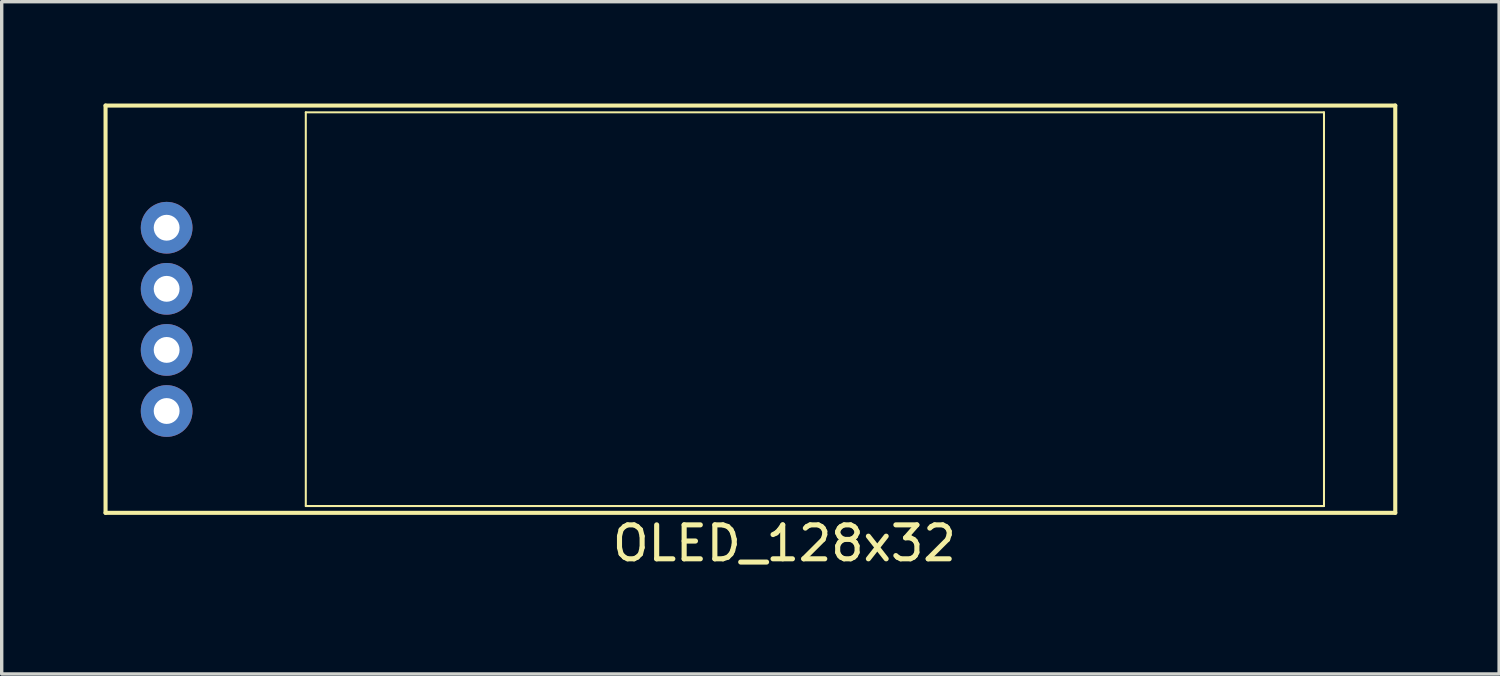
<source format=kicad_pcb>
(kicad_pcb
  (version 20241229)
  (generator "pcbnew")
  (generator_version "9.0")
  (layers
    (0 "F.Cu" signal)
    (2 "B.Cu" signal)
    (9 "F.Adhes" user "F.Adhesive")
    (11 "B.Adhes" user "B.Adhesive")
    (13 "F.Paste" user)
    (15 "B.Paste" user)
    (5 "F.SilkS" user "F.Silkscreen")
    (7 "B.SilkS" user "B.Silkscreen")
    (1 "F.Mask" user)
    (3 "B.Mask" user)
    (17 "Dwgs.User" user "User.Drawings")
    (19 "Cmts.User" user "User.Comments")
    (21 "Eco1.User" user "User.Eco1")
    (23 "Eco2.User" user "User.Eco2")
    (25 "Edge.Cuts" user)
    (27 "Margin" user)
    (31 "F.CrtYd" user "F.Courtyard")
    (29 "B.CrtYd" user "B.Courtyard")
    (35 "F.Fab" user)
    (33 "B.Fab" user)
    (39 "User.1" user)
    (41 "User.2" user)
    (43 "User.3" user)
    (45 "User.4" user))
  (footprint "OLED_128x32"
    (layer "F.Cu")
    (at 19.66 6.46)
    (property "Reference" "OLED_128x32" (at 0.4 6.5 0) (layer "F.SilkS") (effects (font (size 1 1) (thickness 0.15))))
    (attr through_hole)
    (fp_line (start -19.6 -6.4) (end -19.6 5.6) (stroke (width 0.12) (type solid)) (layer "F.SilkS"))
    (fp_line (start -19.6 5.6) (end 18.4 5.6) (stroke (width 0.12) (type solid)) (layer "F.SilkS"))
    (fp_line (start -13.7 -6.2) (end -13.7 5.4) (stroke (width 0.06) (type solid)) (layer "F.SilkS"))
    (fp_line (start -13.7 5.4) (end 16.3 5.4) (stroke (width 0.06) (type solid)) (layer "F.SilkS"))
    (fp_line (start 16.3 -6.2) (end -13.7 -6.2) (stroke (width 0.06) (type solid)) (layer "F.SilkS"))
    (fp_line (start 16.3 5.4) (end 16.3 -6.2) (stroke (width 0.06) (type solid)) (layer "F.SilkS"))
    (fp_line (start 18.4 -6.4) (end -19.6 -6.4) (stroke (width 0.12) (type solid)) (layer "F.SilkS"))
    (fp_line (start 18.4 5.6) (end 18.4 -6.4) (stroke (width 0.12) (type solid)) (layer "F.SilkS"))
    (pad "1" thru_hole circle (at -17.8 2.6) (size 1.524 1.524) (drill 0.762) (layers "*.Cu" "*.Mask"))
    (pad "2" thru_hole circle (at -17.8 0.8) (size 1.524 1.524) (drill 0.762) (layers "*.Cu" "*.Mask"))
    (pad "3" thru_hole circle (at -17.8 -1) (size 1.524 1.524) (drill 0.762) (layers "*.Cu" "*.Mask"))
    (pad "4" thru_hole circle (at -17.8 -2.8) (size 1.524 1.524) (drill 0.762) (layers "*.Cu" "*.Mask")))
  (gr_rect
    (start -3 -3)
    (end 41.12 16.808)
    (stroke (width 0.1) (type default))
    (fill no)
    (layer "Edge.Cuts")))
</source>
